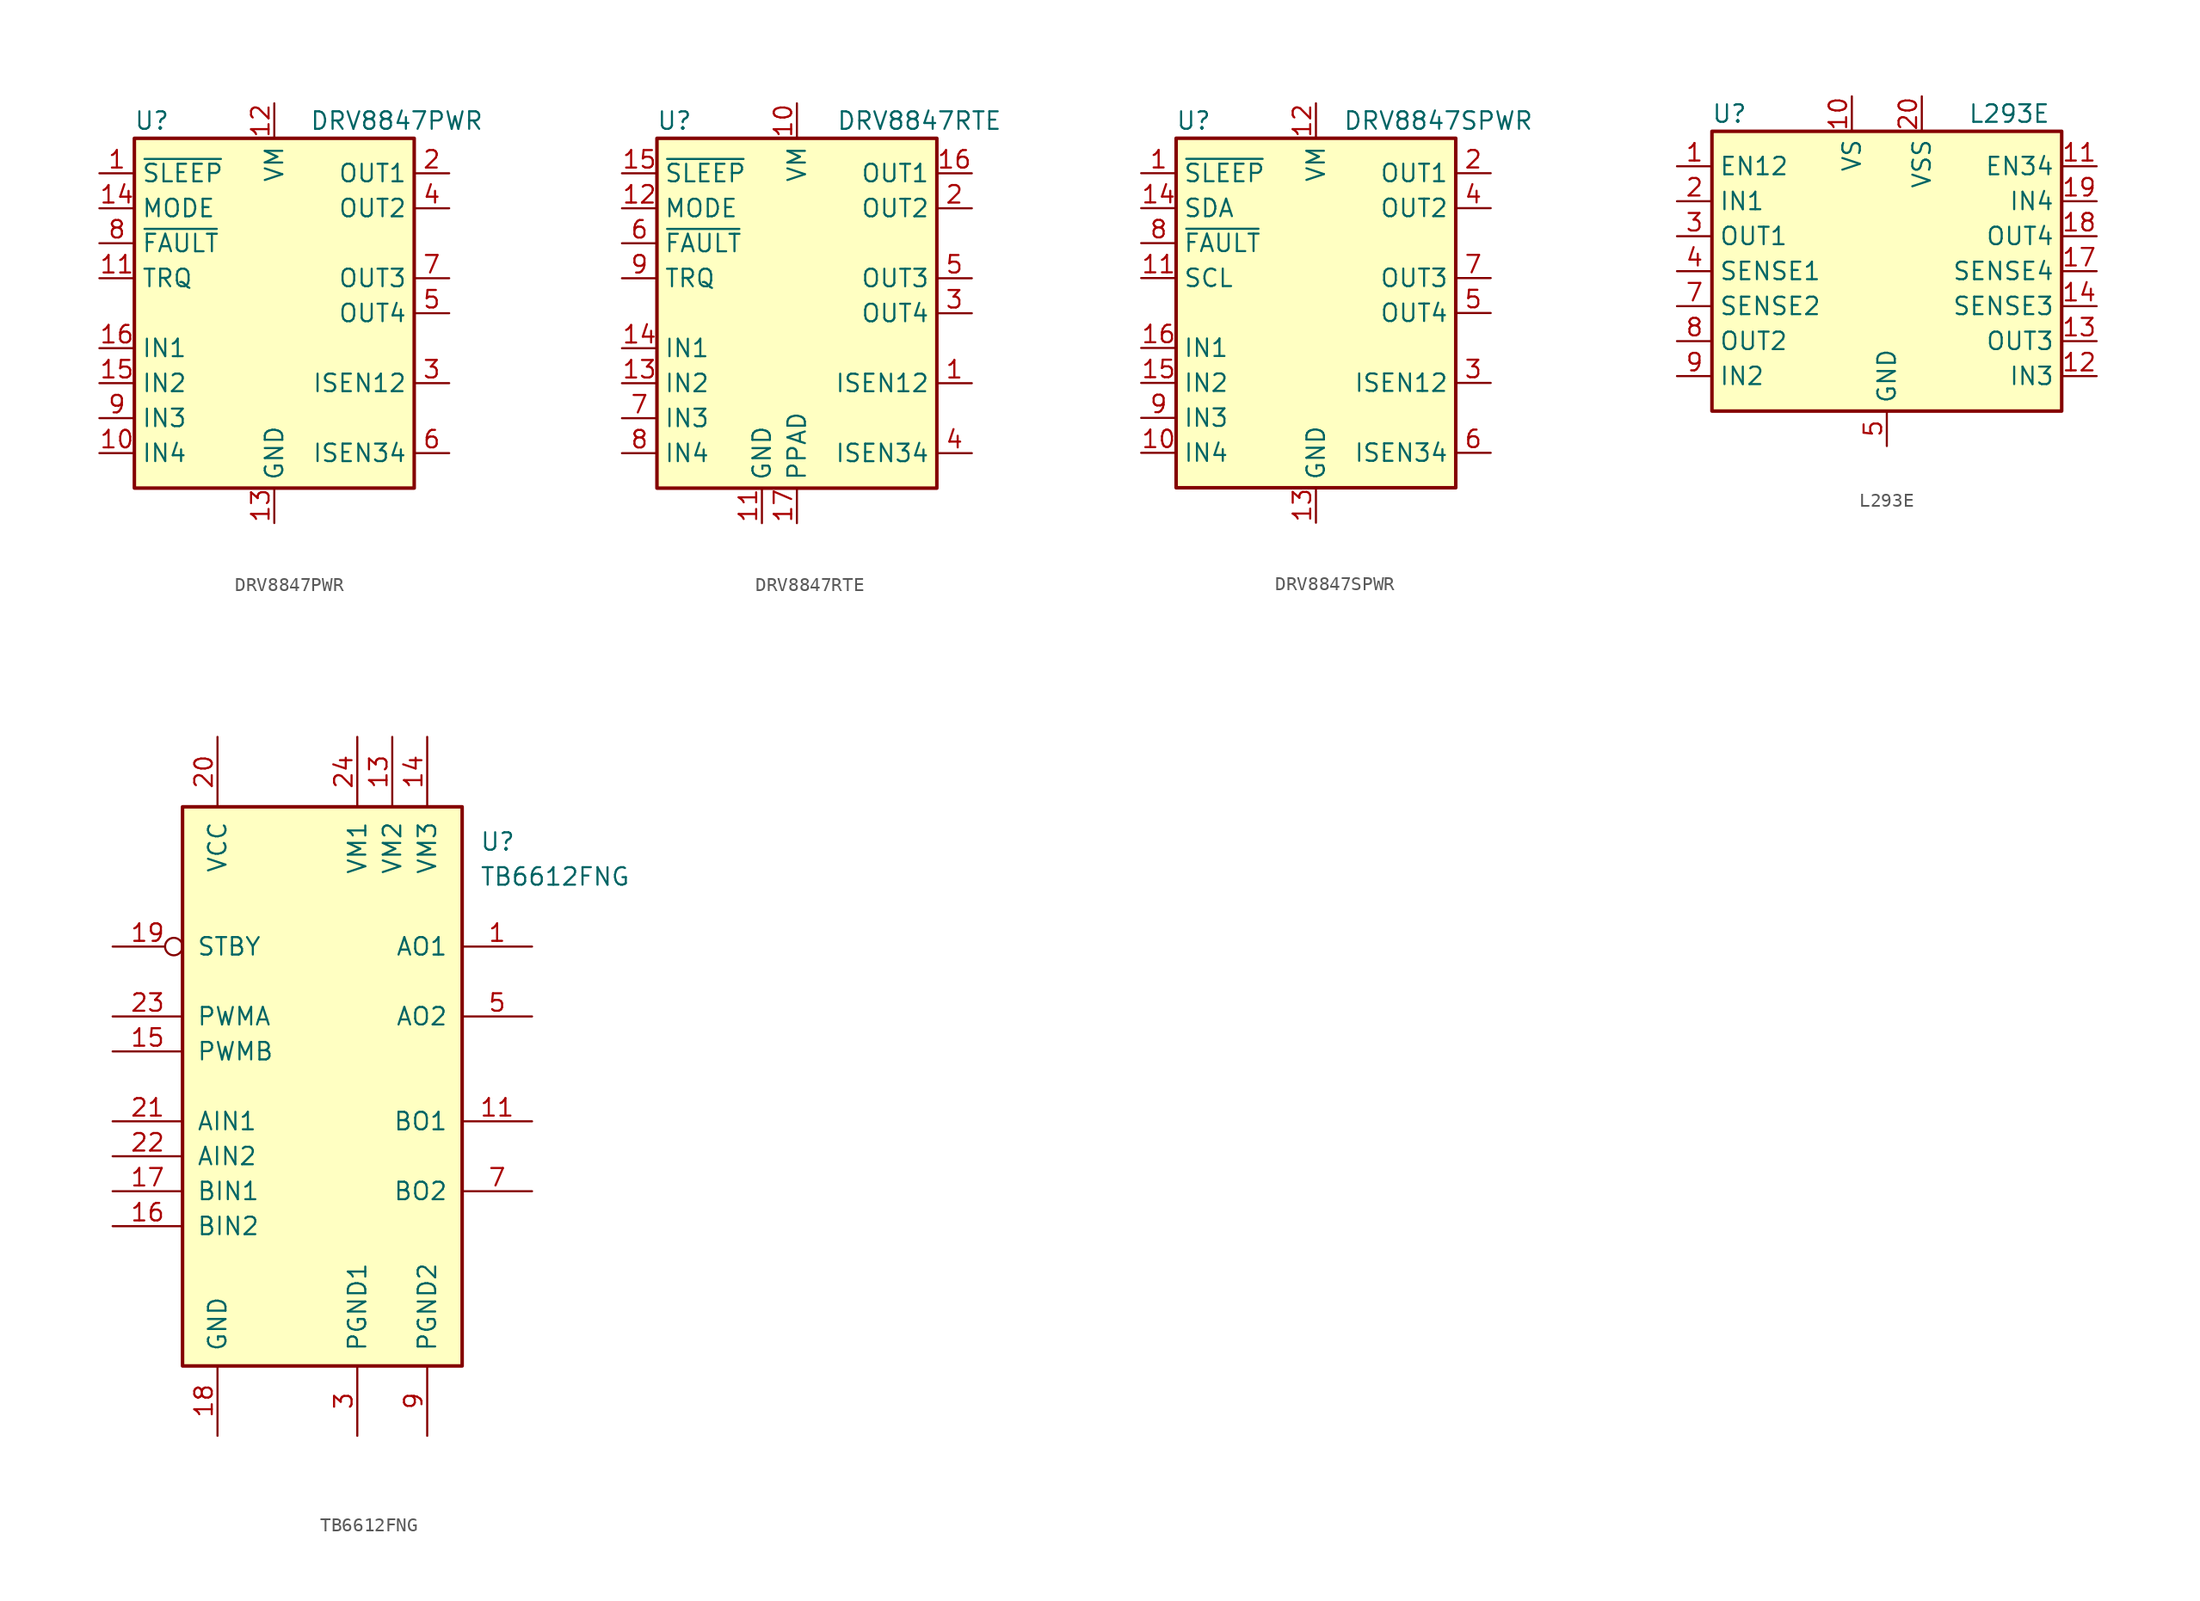
<source format=kicad_sym>
(kicad_symbol_lib
  (version 20201005)
  (generator kicad_symbol_editor)
  (symbol "DRV8847PWR"
    (property "Reference" "U"
      (at -8.89 13.97 0)
      (effects (font (size 1.27 1.27))))
    (property "Value" "DRV8847PWR"
      (at 8.89 13.97 0)
      (effects (font (size 1.27 1.27))))
    (symbol "DRV8847PWR_0_1"
      (rectangle (start -10.16 -12.7) (end 10.16 12.7) (stroke (width 0.254)) (fill (type background))))
    (symbol "DRV8847PWR_1_1"
      (pin input line (at -12.7 10.16 0) (length 2.54) (name "~SLEEP" (effects (font (size 1.27 1.27)))) (number "1" (effects (font (size 1.27 1.27)))))
      (pin input line (at -12.7 -10.16 0) (length 2.54) (name "IN4" (effects (font (size 1.27 1.27)))) (number "10" (effects (font (size 1.27 1.27)))))
      (pin input line (at -12.7 2.54 0) (length 2.54) (name "TRQ" (effects (font (size 1.27 1.27)))) (number "11" (effects (font (size 1.27 1.27)))))
      (pin power_in line (at 0 15.24 270) (length 2.54) (name "VM" (effects (font (size 1.27 1.27)))) (number "12" (effects (font (size 1.27 1.27)))))
      (pin power_in line (at 0 -15.24 90) (length 2.54) (name "GND" (effects (font (size 1.27 1.27)))) (number "13" (effects (font (size 1.27 1.27)))))
      (pin input line (at -12.7 7.62 0) (length 2.54) (name "MODE" (effects (font (size 1.27 1.27)))) (number "14" (effects (font (size 1.27 1.27)))))
      (pin input line (at -12.7 -5.08 0) (length 2.54) (name "IN2" (effects (font (size 1.27 1.27)))) (number "15" (effects (font (size 1.27 1.27)))))
      (pin input line (at -12.7 -2.54 0) (length 2.54) (name "IN1" (effects (font (size 1.27 1.27)))) (number "16" (effects (font (size 1.27 1.27)))))
      (pin output line (at 12.7 10.16 180) (length 2.54) (name "OUT1" (effects (font (size 1.27 1.27)))) (number "2" (effects (font (size 1.27 1.27)))))
      (pin passive line (at 12.7 -5.08 180) (length 2.54) (name "ISEN12" (effects (font (size 1.27 1.27)))) (number "3" (effects (font (size 1.27 1.27)))))
      (pin output line (at 12.7 7.62 180) (length 2.54) (name "OUT2" (effects (font (size 1.27 1.27)))) (number "4" (effects (font (size 1.27 1.27)))))
      (pin output line (at 12.7 0 180) (length 2.54) (name "OUT4" (effects (font (size 1.27 1.27)))) (number "5" (effects (font (size 1.27 1.27)))))
      (pin passive line (at 12.7 -10.16 180) (length 2.54) (name "ISEN34" (effects (font (size 1.27 1.27)))) (number "6" (effects (font (size 1.27 1.27)))))
      (pin output line (at 12.7 2.54 180) (length 2.54) (name "OUT3" (effects (font (size 1.27 1.27)))) (number "7" (effects (font (size 1.27 1.27)))))
      (pin open_collector line (at -12.7 5.08 0) (length 2.54) (name "~FAULT" (effects (font (size 1.27 1.27)))) (number "8" (effects (font (size 1.27 1.27)))))
      (pin input line (at -12.7 -7.62 0) (length 2.54) (name "IN3" (effects (font (size 1.27 1.27)))) (number "9" (effects (font (size 1.27 1.27)))))))
  (symbol "DRV8847RTE"
    (property "Reference" "U"
      (at -8.89 13.97 0)
      (effects (font (size 1.27 1.27))))
    (property "Value" "DRV8847RTE"
      (at 8.89 13.97 0)
      (effects (font (size 1.27 1.27))))
    (symbol "DRV8847RTE_0_1"
      (rectangle (start -10.16 -12.7) (end 10.16 12.7) (stroke (width 0.254)) (fill (type background))))
    (symbol "DRV8847RTE_1_1"
      (pin passive line (at 12.7 -5.08 180) (length 2.54) (name "ISEN12" (effects (font (size 1.27 1.27)))) (number "1" (effects (font (size 1.27 1.27)))))
      (pin power_in line (at 0 15.24 270) (length 2.54) (name "VM" (effects (font (size 1.27 1.27)))) (number "10" (effects (font (size 1.27 1.27)))))
      (pin power_in line (at -2.54 -15.24 90) (length 2.54) (name "GND" (effects (font (size 1.27 1.27)))) (number "11" (effects (font (size 1.27 1.27)))))
      (pin input line (at -12.7 7.62 0) (length 2.54) (name "MODE" (effects (font (size 1.27 1.27)))) (number "12" (effects (font (size 1.27 1.27)))))
      (pin input line (at -12.7 -5.08 0) (length 2.54) (name "IN2" (effects (font (size 1.27 1.27)))) (number "13" (effects (font (size 1.27 1.27)))))
      (pin input line (at -12.7 -2.54 0) (length 2.54) (name "IN1" (effects (font (size 1.27 1.27)))) (number "14" (effects (font (size 1.27 1.27)))))
      (pin input line (at -12.7 10.16 0) (length 2.54) (name "~SLEEP" (effects (font (size 1.27 1.27)))) (number "15" (effects (font (size 1.27 1.27)))))
      (pin output line (at 12.7 10.16 180) (length 2.54) (name "OUT1" (effects (font (size 1.27 1.27)))) (number "16" (effects (font (size 1.27 1.27)))))
      (pin power_in line (at 0 -15.24 90) (length 2.54) (name "PPAD" (effects (font (size 1.27 1.27)))) (number "17" (effects (font (size 1.27 1.27)))))
      (pin output line (at 12.7 7.62 180) (length 2.54) (name "OUT2" (effects (font (size 1.27 1.27)))) (number "2" (effects (font (size 1.27 1.27)))))
      (pin output line (at 12.7 0 180) (length 2.54) (name "OUT4" (effects (font (size 1.27 1.27)))) (number "3" (effects (font (size 1.27 1.27)))))
      (pin passive line (at 12.7 -10.16 180) (length 2.54) (name "ISEN34" (effects (font (size 1.27 1.27)))) (number "4" (effects (font (size 1.27 1.27)))))
      (pin output line (at 12.7 2.54 180) (length 2.54) (name "OUT3" (effects (font (size 1.27 1.27)))) (number "5" (effects (font (size 1.27 1.27)))))
      (pin open_collector line (at -12.7 5.08 0) (length 2.54) (name "~FAULT" (effects (font (size 1.27 1.27)))) (number "6" (effects (font (size 1.27 1.27)))))
      (pin input line (at -12.7 -7.62 0) (length 2.54) (name "IN3" (effects (font (size 1.27 1.27)))) (number "7" (effects (font (size 1.27 1.27)))))
      (pin input line (at -12.7 -10.16 0) (length 2.54) (name "IN4" (effects (font (size 1.27 1.27)))) (number "8" (effects (font (size 1.27 1.27)))))
      (pin input line (at -12.7 2.54 0) (length 2.54) (name "TRQ" (effects (font (size 1.27 1.27)))) (number "9" (effects (font (size 1.27 1.27)))))))
  (symbol "DRV8847SPWR"
    (property "Reference" "U"
      (at -8.89 13.97 0)
      (effects (font (size 1.27 1.27))))
    (property "Value" "DRV8847SPWR"
      (at 8.89 13.97 0)
      (effects (font (size 1.27 1.27))))
    (symbol "DRV8847SPWR_0_1"
      (rectangle (start -10.16 -12.7) (end 10.16 12.7) (stroke (width 0.254)) (fill (type background))))
    (symbol "DRV8847SPWR_1_1"
      (pin input line (at -12.7 10.16 0) (length 2.54) (name "~SLEEP" (effects (font (size 1.27 1.27)))) (number "1" (effects (font (size 1.27 1.27)))))
      (pin input line (at -12.7 -10.16 0) (length 2.54) (name "IN4" (effects (font (size 1.27 1.27)))) (number "10" (effects (font (size 1.27 1.27)))))
      (pin input line (at -12.7 2.54 0) (length 2.54) (name "SCL" (effects (font (size 1.27 1.27)))) (number "11" (effects (font (size 1.27 1.27)))))
      (pin power_in line (at 0 15.24 270) (length 2.54) (name "VM" (effects (font (size 1.27 1.27)))) (number "12" (effects (font (size 1.27 1.27)))))
      (pin power_in line (at 0 -15.24 90) (length 2.54) (name "GND" (effects (font (size 1.27 1.27)))) (number "13" (effects (font (size 1.27 1.27)))))
      (pin bidirectional line (at -12.7 7.62 0) (length 2.54) (name "SDA" (effects (font (size 1.27 1.27)))) (number "14" (effects (font (size 1.27 1.27)))))
      (pin input line (at -12.7 -5.08 0) (length 2.54) (name "IN2" (effects (font (size 1.27 1.27)))) (number "15" (effects (font (size 1.27 1.27)))))
      (pin input line (at -12.7 -2.54 0) (length 2.54) (name "IN1" (effects (font (size 1.27 1.27)))) (number "16" (effects (font (size 1.27 1.27)))))
      (pin output line (at 12.7 10.16 180) (length 2.54) (name "OUT1" (effects (font (size 1.27 1.27)))) (number "2" (effects (font (size 1.27 1.27)))))
      (pin passive line (at 12.7 -5.08 180) (length 2.54) (name "ISEN12" (effects (font (size 1.27 1.27)))) (number "3" (effects (font (size 1.27 1.27)))))
      (pin output line (at 12.7 7.62 180) (length 2.54) (name "OUT2" (effects (font (size 1.27 1.27)))) (number "4" (effects (font (size 1.27 1.27)))))
      (pin output line (at 12.7 0 180) (length 2.54) (name "OUT4" (effects (font (size 1.27 1.27)))) (number "5" (effects (font (size 1.27 1.27)))))
      (pin passive line (at 12.7 -10.16 180) (length 2.54) (name "ISEN34" (effects (font (size 1.27 1.27)))) (number "6" (effects (font (size 1.27 1.27)))))
      (pin output line (at 12.7 2.54 180) (length 2.54) (name "OUT3" (effects (font (size 1.27 1.27)))) (number "7" (effects (font (size 1.27 1.27)))))
      (pin open_collector line (at -12.7 5.08 0) (length 2.54) (name "~FAULT" (effects (font (size 1.27 1.27)))) (number "8" (effects (font (size 1.27 1.27)))))
      (pin input line (at -12.7 -7.62 0) (length 2.54) (name "IN3" (effects (font (size 1.27 1.27)))) (number "9" (effects (font (size 1.27 1.27)))))))
  (symbol "L293E"
    (property "Reference" "U"
      (at -11.43 11.43 0)
      (effects (font (size 1.27 1.27))))
    (property "Value" "L293E"
      (at 8.89 11.43 0)
      (effects (font (size 1.27 1.27))))
    (symbol "L293E_0_1"
      (rectangle (start -12.7 10.16) (end 12.7 -10.16) (stroke (width 0.254)) (fill (type background))))
    (symbol "L293E_1_1"
      (pin input line (at -15.24 7.62 0) (length 2.54) (name "EN12" (effects (font (size 1.27 1.27)))) (number "1" (effects (font (size 1.27 1.27)))))
      (pin power_in line (at -2.54 12.7 270) (length 2.54) (name "VS" (effects (font (size 1.27 1.27)))) (number "10" (effects (font (size 1.27 1.27)))))
      (pin input line (at 15.24 7.62 180) (length 2.54) (name "EN34" (effects (font (size 1.27 1.27)))) (number "11" (effects (font (size 1.27 1.27)))))
      (pin input line (at 15.24 -7.62 180) (length 2.54) (name "IN3" (effects (font (size 1.27 1.27)))) (number "12" (effects (font (size 1.27 1.27)))))
      (pin output line (at 15.24 -5.08 180) (length 2.54) (name "OUT3" (effects (font (size 1.27 1.27)))) (number "13" (effects (font (size 1.27 1.27)))))
      (pin passive line (at 15.24 -2.54 180) (length 2.54) (name "SENSE3" (effects (font (size 1.27 1.27)))) (number "14" (effects (font (size 1.27 1.27)))))
      (pin passive line (at 0 -12.7 90) (length 2.54) hide (name "GND" (effects (font (size 1.27 1.27)))) (number "15" (effects (font (size 1.27 1.27)))))
      (pin passive line (at 0 -12.7 90) (length 2.54) hide (name "GND" (effects (font (size 1.27 1.27)))) (number "16" (effects (font (size 1.27 1.27)))))
      (pin passive line (at 15.24 0 180) (length 2.54) (name "SENSE4" (effects (font (size 1.27 1.27)))) (number "17" (effects (font (size 1.27 1.27)))))
      (pin output line (at 15.24 2.54 180) (length 2.54) (name "OUT4" (effects (font (size 1.27 1.27)))) (number "18" (effects (font (size 1.27 1.27)))))
      (pin input line (at 15.24 5.08 180) (length 2.54) (name "IN4" (effects (font (size 1.27 1.27)))) (number "19" (effects (font (size 1.27 1.27)))))
      (pin input line (at -15.24 5.08 0) (length 2.54) (name "IN1" (effects (font (size 1.27 1.27)))) (number "2" (effects (font (size 1.27 1.27)))))
      (pin power_in line (at 2.54 12.7 270) (length 2.54) (name "VSS" (effects (font (size 1.27 1.27)))) (number "20" (effects (font (size 1.27 1.27)))))
      (pin output line (at -15.24 2.54 0) (length 2.54) (name "OUT1" (effects (font (size 1.27 1.27)))) (number "3" (effects (font (size 1.27 1.27)))))
      (pin passive line (at -15.24 0 0) (length 2.54) (name "SENSE1" (effects (font (size 1.27 1.27)))) (number "4" (effects (font (size 1.27 1.27)))))
      (pin power_in line (at 0 -12.7 90) (length 2.54) (name "GND" (effects (font (size 1.27 1.27)))) (number "5" (effects (font (size 1.27 1.27)))))
      (pin passive line (at 0 -12.7 90) (length 2.54) hide (name "GND" (effects (font (size 1.27 1.27)))) (number "6" (effects (font (size 1.27 1.27)))))
      (pin passive line (at -15.24 -2.54 0) (length 2.54) (name "SENSE2" (effects (font (size 1.27 1.27)))) (number "7" (effects (font (size 1.27 1.27)))))
      (pin output line (at -15.24 -5.08 0) (length 2.54) (name "OUT2" (effects (font (size 1.27 1.27)))) (number "8" (effects (font (size 1.27 1.27)))))
      (pin input line (at -15.24 -7.62 0) (length 2.54) (name "IN2" (effects (font (size 1.27 1.27)))) (number "9" (effects (font (size 1.27 1.27)))))))
  (symbol "TB6612FNG"
    (pin_names
      (offset 1.016))
    (property "Reference" "U"
      (at 11.43 17.78 0)
      (effects (font (size 1.27 1.27)) (justify left)))
    (property "Value" "TB6612FNG"
      (at 11.43 15.24 0)
      (effects (font (size 1.27 1.27)) (justify left)))
    (symbol "TB6612FNG_0_1"
      (rectangle (start -10.16 20.32) (end 10.16 -20.32) (stroke (width 0.254)) (fill (type background))))
    (symbol "TB6612FNG_1_1"
      (pin output line (at 15.24 10.16 180) (length 5.08) (name "AO1" (effects (font (size 1.27 1.27)))) (number "1" (effects (font (size 1.27 1.27)))))
      (pin passive line (at 7.62 -25.4 90) (length 5.08) hide (name "PGND2" (effects (font (size 1.27 1.27)))) (number "10" (effects (font (size 1.27 1.27)))))
      (pin output line (at 15.24 -2.54 180) (length 5.08) (name "BO1" (effects (font (size 1.27 1.27)))) (number "11" (effects (font (size 1.27 1.27)))))
      (pin passive line (at 15.24 -2.54 180) (length 5.08) hide (name "BO1" (effects (font (size 1.27 1.27)))) (number "12" (effects (font (size 1.27 1.27)))))
      (pin power_in line (at 5.08 25.4 270) (length 5.08) (name "VM2" (effects (font (size 1.27 1.27)))) (number "13" (effects (font (size 1.27 1.27)))))
      (pin power_in line (at 7.62 25.4 270) (length 5.08) (name "VM3" (effects (font (size 1.27 1.27)))) (number "14" (effects (font (size 1.27 1.27)))))
      (pin input line (at -15.24 2.54 0) (length 5.08) (name "PWMB" (effects (font (size 1.27 1.27)))) (number "15" (effects (font (size 1.27 1.27)))))
      (pin input line (at -15.24 -10.16 0) (length 5.08) (name "BIN2" (effects (font (size 1.27 1.27)))) (number "16" (effects (font (size 1.27 1.27)))))
      (pin input line (at -15.24 -7.62 0) (length 5.08) (name "BIN1" (effects (font (size 1.27 1.27)))) (number "17" (effects (font (size 1.27 1.27)))))
      (pin power_in line (at -7.62 -25.4 90) (length 5.08) (name "GND" (effects (font (size 1.27 1.27)))) (number "18" (effects (font (size 1.27 1.27)))))
      (pin input inverted (at -15.24 10.16 0) (length 5.08) (name "STBY" (effects (font (size 1.27 1.27)))) (number "19" (effects (font (size 1.27 1.27)))))
      (pin passive line (at 15.24 10.16 180) (length 5.08) hide (name "AO1" (effects (font (size 1.27 1.27)))) (number "2" (effects (font (size 1.27 1.27)))))
      (pin power_in line (at -7.62 25.4 270) (length 5.08) (name "VCC" (effects (font (size 1.27 1.27)))) (number "20" (effects (font (size 1.27 1.27)))))
      (pin input line (at -15.24 -2.54 0) (length 5.08) (name "AIN1" (effects (font (size 1.27 1.27)))) (number "21" (effects (font (size 1.27 1.27)))))
      (pin input line (at -15.24 -5.08 0) (length 5.08) (name "AIN2" (effects (font (size 1.27 1.27)))) (number "22" (effects (font (size 1.27 1.27)))))
      (pin input line (at -15.24 5.08 0) (length 5.08) (name "PWMA" (effects (font (size 1.27 1.27)))) (number "23" (effects (font (size 1.27 1.27)))))
      (pin power_in line (at 2.54 25.4 270) (length 5.08) (name "VM1" (effects (font (size 1.27 1.27)))) (number "24" (effects (font (size 1.27 1.27)))))
      (pin power_in line (at 2.54 -25.4 90) (length 5.08) (name "PGND1" (effects (font (size 1.27 1.27)))) (number "3" (effects (font (size 1.27 1.27)))))
      (pin passive line (at 2.54 -25.4 90) (length 5.08) hide (name "PGND1" (effects (font (size 1.27 1.27)))) (number "4" (effects (font (size 1.27 1.27)))))
      (pin output line (at 15.24 5.08 180) (length 5.08) (name "AO2" (effects (font (size 1.27 1.27)))) (number "5" (effects (font (size 1.27 1.27)))))
      (pin passive line (at 15.24 5.08 180) (length 5.08) hide (name "AO2" (effects (font (size 1.27 1.27)))) (number "6" (effects (font (size 1.27 1.27)))))
      (pin output line (at 15.24 -7.62 180) (length 5.08) (name "BO2" (effects (font (size 1.27 1.27)))) (number "7" (effects (font (size 1.27 1.27)))))
      (pin passive line (at 15.24 -7.62 180) (length 5.08) hide (name "BO2" (effects (font (size 1.27 1.27)))) (number "8" (effects (font (size 1.27 1.27)))))
      (pin power_in line (at 7.62 -25.4 90) (length 5.08) (name "PGND2" (effects (font (size 1.27 1.27)))) (number "9" (effects (font (size 1.27 1.27))))))))
</source>
